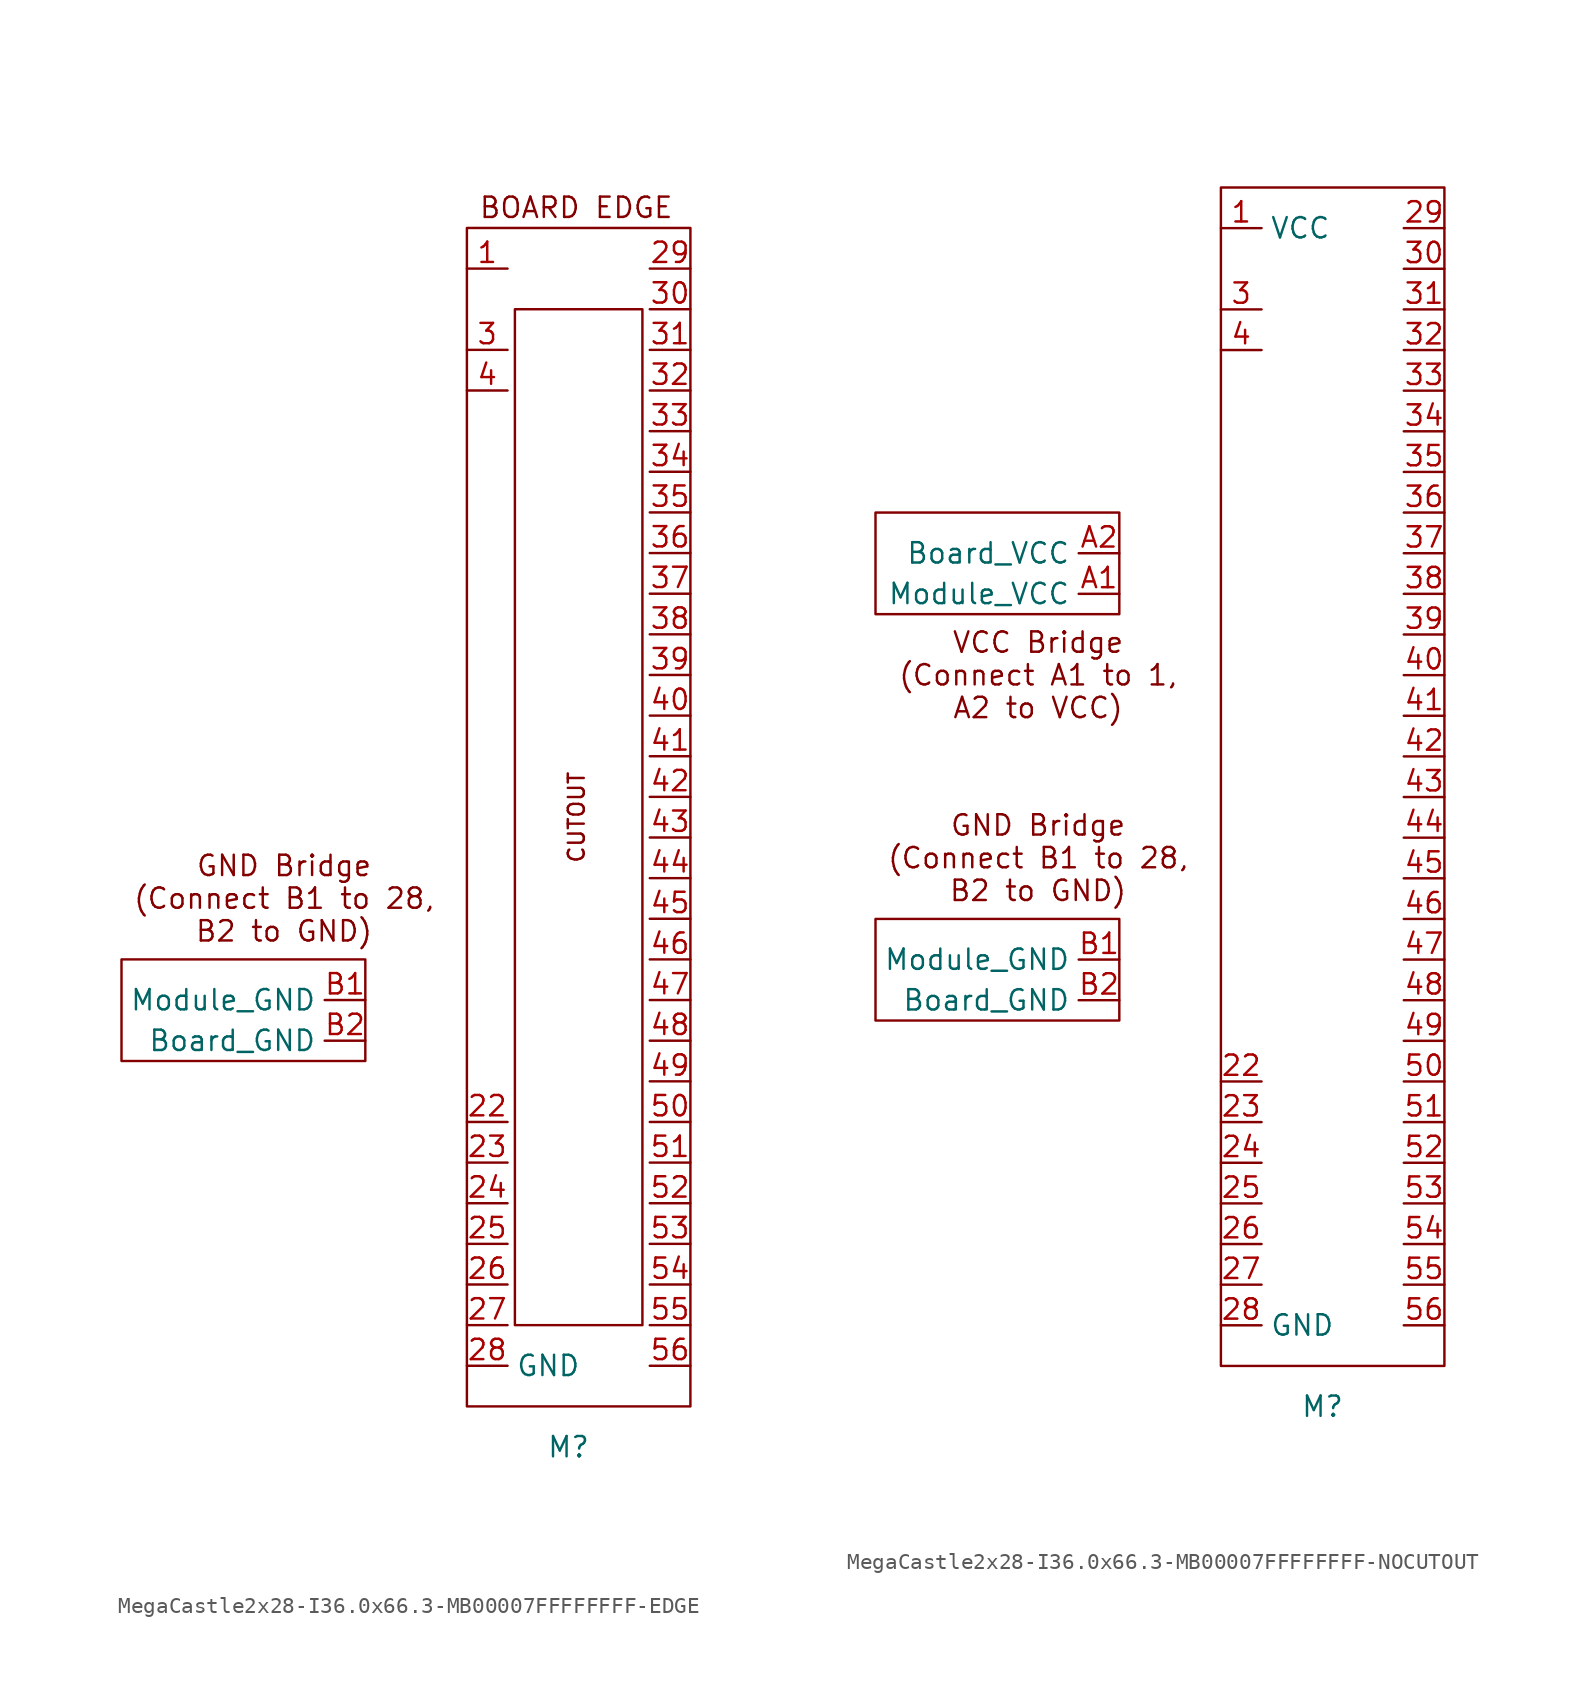
<source format=kicad_sym>
(kicad_symbol_lib
  (version 20231120)
  (generator "kicad_symbol_editor")
  (generator_version "8.0")
  (symbol "MegaCastle2x28-I36.0x66.3-MB00007FFFFFFFF-EDGE"
    (property "Reference" "M"
      (at 0 -39.37 0)
      (effects (font (size 1.27 1.27))))
    (property "Value" ""
      (at 0 5.08 0)
      (effects (font (size 1.27 1.27))))
    (symbol "MegaCastle2x28-I36.0x66.3-MB00007FFFFFFFF-EDGE_0_1"
      (rectangle (start -27.94 -8.89) (end -12.7 -15.24) (stroke (width 0) (type default)) (fill (type none)))
      (rectangle (start -6.35 36.83) (end 7.62 -36.83) (stroke (width 0) (type default)) (fill (type none)))
      (rectangle (start -3.35 31.75) (end 4.62 -31.75) (stroke (width 0) (type default)) (fill (type none))))
    (symbol "MegaCastle2x28-I36.0x66.3-MB00007FFFFFFFF-EDGE_1_1"
      (text " BOARD EDGE" (at 0 38.1 0) (effects (font (size 1.27 1.27))))
      (text "CUTOUT" (at 0.5 0 900) (effects (font (size 1 1))))
      (text "GND Bridge\n(Connect B1 to 28,\nB2 to GND)" (at -17.78 -5.08 0) (effects (font (size 1.27 1.27))))
      (pin bidirectional line (at -6.35 34.29 0) (length 2.54) (name "" (effects (font (size 1.27 1.27)))) (number "1" (effects (font (size 1.27 1.27)))))
      (pin bidirectional line (at -6.35 -19.05 0) (length 2.54) (name "" (effects (font (size 1.27 1.27)))) (number "22" (effects (font (size 1.27 1.27)))))
      (pin bidirectional line (at -6.35 -21.59 0) (length 2.54) (name "" (effects (font (size 1.27 1.27)))) (number "23" (effects (font (size 1.27 1.27)))))
      (pin bidirectional line (at -6.35 -24.13 0) (length 2.54) (name "" (effects (font (size 1.27 1.27)))) (number "24" (effects (font (size 1.27 1.27)))))
      (pin bidirectional line (at -6.35 -26.67 0) (length 2.54) (name "" (effects (font (size 1.27 1.27)))) (number "25" (effects (font (size 1.27 1.27)))))
      (pin bidirectional line (at -6.35 -29.21 0) (length 2.54) (name "" (effects (font (size 1.27 1.27)))) (number "26" (effects (font (size 1.27 1.27)))))
      (pin bidirectional line (at -6.35 -31.75 0) (length 2.54) (name "" (effects (font (size 1.27 1.27)))) (number "27" (effects (font (size 1.27 1.27)))))
      (pin bidirectional line (at -6.35 -34.29 0) (length 2.54) (name "GND" (effects (font (size 1.27 1.27)))) (number "28" (effects (font (size 1.27 1.27)))))
      (pin bidirectional line (at 7.62 34.29 180) (length 2.54) (name "" (effects (font (size 1.27 1.27)))) (number "29" (effects (font (size 1.27 1.27)))))
      (pin bidirectional line (at -6.35 29.21 0) (length 2.54) (name "" (effects (font (size 1.27 1.27)))) (number "3" (effects (font (size 1.27 1.27)))))
      (pin bidirectional line (at 7.62 31.75 180) (length 2.54) (name "" (effects (font (size 1.27 1.27)))) (number "30" (effects (font (size 1.27 1.27)))))
      (pin bidirectional line (at 7.62 29.21 180) (length 2.54) (name "" (effects (font (size 1.27 1.27)))) (number "31" (effects (font (size 1.27 1.27)))))
      (pin bidirectional line (at 7.62 26.67 180) (length 2.54) (name "" (effects (font (size 1.27 1.27)))) (number "32" (effects (font (size 1.27 1.27)))))
      (pin bidirectional line (at 7.62 24.13 180) (length 2.54) (name "" (effects (font (size 1.27 1.27)))) (number "33" (effects (font (size 1.27 1.27)))))
      (pin bidirectional line (at 7.62 21.59 180) (length 2.54) (name "" (effects (font (size 1.27 1.27)))) (number "34" (effects (font (size 1.27 1.27)))))
      (pin bidirectional line (at 7.62 19.05 180) (length 2.54) (name "" (effects (font (size 1.27 1.27)))) (number "35" (effects (font (size 1.27 1.27)))))
      (pin bidirectional line (at 7.62 16.51 180) (length 2.54) (name "" (effects (font (size 1.27 1.27)))) (number "36" (effects (font (size 1.27 1.27)))))
      (pin bidirectional line (at 7.62 13.97 180) (length 2.54) (name "" (effects (font (size 1.27 1.27)))) (number "37" (effects (font (size 1.27 1.27)))))
      (pin bidirectional line (at 7.62 11.43 180) (length 2.54) (name "" (effects (font (size 1.27 1.27)))) (number "38" (effects (font (size 1.27 1.27)))))
      (pin bidirectional line (at 7.62 8.89 180) (length 2.54) (name "" (effects (font (size 1.27 1.27)))) (number "39" (effects (font (size 1.27 1.27)))))
      (pin bidirectional line (at -6.35 26.67 0) (length 2.54) (name "" (effects (font (size 1.27 1.27)))) (number "4" (effects (font (size 1.27 1.27)))))
      (pin bidirectional line (at 7.62 6.35 180) (length 2.54) (name "" (effects (font (size 1.27 1.27)))) (number "40" (effects (font (size 1.27 1.27)))))
      (pin bidirectional line (at 7.62 3.81 180) (length 2.54) (name "" (effects (font (size 1.27 1.27)))) (number "41" (effects (font (size 1.27 1.27)))))
      (pin bidirectional line (at 7.62 1.27 180) (length 2.54) (name "" (effects (font (size 1.27 1.27)))) (number "42" (effects (font (size 1.27 1.27)))))
      (pin bidirectional line (at 7.62 -1.27 180) (length 2.54) (name "" (effects (font (size 1.27 1.27)))) (number "43" (effects (font (size 1.27 1.27)))))
      (pin bidirectional line (at 7.62 -3.81 180) (length 2.54) (name "" (effects (font (size 1.27 1.27)))) (number "44" (effects (font (size 1.27 1.27)))))
      (pin bidirectional line (at 7.62 -6.35 180) (length 2.54) (name "" (effects (font (size 1.27 1.27)))) (number "45" (effects (font (size 1.27 1.27)))))
      (pin bidirectional line (at 7.62 -8.89 180) (length 2.54) (name "" (effects (font (size 1.27 1.27)))) (number "46" (effects (font (size 1.27 1.27)))))
      (pin bidirectional line (at 7.62 -11.43 180) (length 2.54) (name "" (effects (font (size 1.27 1.27)))) (number "47" (effects (font (size 1.27 1.27)))))
      (pin bidirectional line (at 7.62 -13.97 180) (length 2.54) (name "" (effects (font (size 1.27 1.27)))) (number "48" (effects (font (size 1.27 1.27)))))
      (pin bidirectional line (at 7.62 -16.51 180) (length 2.54) (name "" (effects (font (size 1.27 1.27)))) (number "49" (effects (font (size 1.27 1.27)))))
      (pin bidirectional line (at 7.62 -19.05 180) (length 2.54) (name "" (effects (font (size 1.27 1.27)))) (number "50" (effects (font (size 1.27 1.27)))))
      (pin bidirectional line (at 7.62 -21.59 180) (length 2.54) (name "" (effects (font (size 1.27 1.27)))) (number "51" (effects (font (size 1.27 1.27)))))
      (pin bidirectional line (at 7.62 -24.13 180) (length 2.54) (name "" (effects (font (size 1.27 1.27)))) (number "52" (effects (font (size 1.27 1.27)))))
      (pin bidirectional line (at 7.62 -26.67 180) (length 2.54) (name "" (effects (font (size 1.27 1.27)))) (number "53" (effects (font (size 1.27 1.27)))))
      (pin bidirectional line (at 7.62 -29.21 180) (length 2.54) (name "" (effects (font (size 1.27 1.27)))) (number "54" (effects (font (size 1.27 1.27)))))
      (pin bidirectional line (at 7.62 -31.75 180) (length 2.54) (name "" (effects (font (size 1.27 1.27)))) (number "55" (effects (font (size 1.27 1.27)))))
      (pin bidirectional line (at 7.62 -34.29 180) (length 2.54) (name "" (effects (font (size 1.27 1.27)))) (number "56" (effects (font (size 1.27 1.27)))))
      (pin bidirectional line (at -12.7 -11.43 180) (length 2.54) (name "Module_GND" (effects (font (size 1.27 1.27)))) (number "B1" (effects (font (size 1.27 1.27)))))
      (pin bidirectional line (at -12.7 -13.97 180) (length 2.54) (name "Board_GND" (effects (font (size 1.27 1.27)))) (number "B2" (effects (font (size 1.27 1.27)))))))
  (symbol "MegaCastle2x28-I36.0x66.3-MB00007FFFFFFFF-NOCUTOUT"
    (property "Reference" "M"
      (at 0 -39.37 0)
      (effects (font (size 1.27 1.27))))
    (property "Value" ""
      (at 0 5.08 0)
      (effects (font (size 1.27 1.27))))
    (symbol "MegaCastle2x28-I36.0x66.3-MB00007FFFFFFFF-NOCUTOUT_0_1"
      (rectangle (start -27.94 -8.89) (end -12.7 -15.24) (stroke (width 0) (type default)) (fill (type none)))
      (rectangle (start -27.94 16.51) (end -12.7 10.16) (stroke (width 0) (type default)) (fill (type none)))
      (rectangle (start -6.35 36.83) (end 7.62 -36.83) (stroke (width 0) (type default)) (fill (type none))))
    (symbol "MegaCastle2x28-I36.0x66.3-MB00007FFFFFFFF-NOCUTOUT_1_1"
      (text "GND Bridge\n(Connect B1 to 28,\nB2 to GND)" (at -17.78 -5.08 0) (effects (font (size 1.27 1.27))))
      (text "VCC Bridge\n(Connect A1 to 1,\nA2 to VCC)" (at -17.78 6.35 0) (effects (font (size 1.27 1.27))))
      (pin bidirectional line (at -6.35 34.29 0) (length 2.54) (name "VCC" (effects (font (size 1.27 1.27)))) (number "1" (effects (font (size 1.27 1.27)))))
      (pin bidirectional line (at -6.35 -19.05 0) (length 2.54) (name "" (effects (font (size 1.27 1.27)))) (number "22" (effects (font (size 1.27 1.27)))))
      (pin bidirectional line (at -6.35 -21.59 0) (length 2.54) (name "" (effects (font (size 1.27 1.27)))) (number "23" (effects (font (size 1.27 1.27)))))
      (pin bidirectional line (at -6.35 -24.13 0) (length 2.54) (name "" (effects (font (size 1.27 1.27)))) (number "24" (effects (font (size 1.27 1.27)))))
      (pin bidirectional line (at -6.35 -26.67 0) (length 2.54) (name "" (effects (font (size 1.27 1.27)))) (number "25" (effects (font (size 1.27 1.27)))))
      (pin bidirectional line (at -6.35 -29.21 0) (length 2.54) (name "" (effects (font (size 1.27 1.27)))) (number "26" (effects (font (size 1.27 1.27)))))
      (pin bidirectional line (at -6.35 -31.75 0) (length 2.54) (name "" (effects (font (size 1.27 1.27)))) (number "27" (effects (font (size 1.27 1.27)))))
      (pin bidirectional line (at -6.35 -34.29 0) (length 2.54) (name "GND" (effects (font (size 1.27 1.27)))) (number "28" (effects (font (size 1.27 1.27)))))
      (pin bidirectional line (at 7.62 34.29 180) (length 2.54) (name "" (effects (font (size 1.27 1.27)))) (number "29" (effects (font (size 1.27 1.27)))))
      (pin bidirectional line (at -6.35 29.21 0) (length 2.54) (name "" (effects (font (size 1.27 1.27)))) (number "3" (effects (font (size 1.27 1.27)))))
      (pin bidirectional line (at 7.62 31.75 180) (length 2.54) (name "" (effects (font (size 1.27 1.27)))) (number "30" (effects (font (size 1.27 1.27)))))
      (pin bidirectional line (at 7.62 29.21 180) (length 2.54) (name "" (effects (font (size 1.27 1.27)))) (number "31" (effects (font (size 1.27 1.27)))))
      (pin bidirectional line (at 7.62 26.67 180) (length 2.54) (name "" (effects (font (size 1.27 1.27)))) (number "32" (effects (font (size 1.27 1.27)))))
      (pin bidirectional line (at 7.62 24.13 180) (length 2.54) (name "" (effects (font (size 1.27 1.27)))) (number "33" (effects (font (size 1.27 1.27)))))
      (pin bidirectional line (at 7.62 21.59 180) (length 2.54) (name "" (effects (font (size 1.27 1.27)))) (number "34" (effects (font (size 1.27 1.27)))))
      (pin bidirectional line (at 7.62 19.05 180) (length 2.54) (name "" (effects (font (size 1.27 1.27)))) (number "35" (effects (font (size 1.27 1.27)))))
      (pin bidirectional line (at 7.62 16.51 180) (length 2.54) (name "" (effects (font (size 1.27 1.27)))) (number "36" (effects (font (size 1.27 1.27)))))
      (pin bidirectional line (at 7.62 13.97 180) (length 2.54) (name "" (effects (font (size 1.27 1.27)))) (number "37" (effects (font (size 1.27 1.27)))))
      (pin bidirectional line (at 7.62 11.43 180) (length 2.54) (name "" (effects (font (size 1.27 1.27)))) (number "38" (effects (font (size 1.27 1.27)))))
      (pin bidirectional line (at 7.62 8.89 180) (length 2.54) (name "" (effects (font (size 1.27 1.27)))) (number "39" (effects (font (size 1.27 1.27)))))
      (pin bidirectional line (at -6.35 26.67 0) (length 2.54) (name "" (effects (font (size 1.27 1.27)))) (number "4" (effects (font (size 1.27 1.27)))))
      (pin bidirectional line (at 7.62 6.35 180) (length 2.54) (name "" (effects (font (size 1.27 1.27)))) (number "40" (effects (font (size 1.27 1.27)))))
      (pin bidirectional line (at 7.62 3.81 180) (length 2.54) (name "" (effects (font (size 1.27 1.27)))) (number "41" (effects (font (size 1.27 1.27)))))
      (pin bidirectional line (at 7.62 1.27 180) (length 2.54) (name "" (effects (font (size 1.27 1.27)))) (number "42" (effects (font (size 1.27 1.27)))))
      (pin bidirectional line (at 7.62 -1.27 180) (length 2.54) (name "" (effects (font (size 1.27 1.27)))) (number "43" (effects (font (size 1.27 1.27)))))
      (pin bidirectional line (at 7.62 -3.81 180) (length 2.54) (name "" (effects (font (size 1.27 1.27)))) (number "44" (effects (font (size 1.27 1.27)))))
      (pin bidirectional line (at 7.62 -6.35 180) (length 2.54) (name "" (effects (font (size 1.27 1.27)))) (number "45" (effects (font (size 1.27 1.27)))))
      (pin bidirectional line (at 7.62 -8.89 180) (length 2.54) (name "" (effects (font (size 1.27 1.27)))) (number "46" (effects (font (size 1.27 1.27)))))
      (pin bidirectional line (at 7.62 -11.43 180) (length 2.54) (name "" (effects (font (size 1.27 1.27)))) (number "47" (effects (font (size 1.27 1.27)))))
      (pin bidirectional line (at 7.62 -13.97 180) (length 2.54) (name "" (effects (font (size 1.27 1.27)))) (number "48" (effects (font (size 1.27 1.27)))))
      (pin bidirectional line (at 7.62 -16.51 180) (length 2.54) (name "" (effects (font (size 1.27 1.27)))) (number "49" (effects (font (size 1.27 1.27)))))
      (pin bidirectional line (at 7.62 -19.05 180) (length 2.54) (name "" (effects (font (size 1.27 1.27)))) (number "50" (effects (font (size 1.27 1.27)))))
      (pin bidirectional line (at 7.62 -21.59 180) (length 2.54) (name "" (effects (font (size 1.27 1.27)))) (number "51" (effects (font (size 1.27 1.27)))))
      (pin bidirectional line (at 7.62 -24.13 180) (length 2.54) (name "" (effects (font (size 1.27 1.27)))) (number "52" (effects (font (size 1.27 1.27)))))
      (pin bidirectional line (at 7.62 -26.67 180) (length 2.54) (name "" (effects (font (size 1.27 1.27)))) (number "53" (effects (font (size 1.27 1.27)))))
      (pin bidirectional line (at 7.62 -29.21 180) (length 2.54) (name "" (effects (font (size 1.27 1.27)))) (number "54" (effects (font (size 1.27 1.27)))))
      (pin bidirectional line (at 7.62 -31.75 180) (length 2.54) (name "" (effects (font (size 1.27 1.27)))) (number "55" (effects (font (size 1.27 1.27)))))
      (pin bidirectional line (at 7.62 -34.29 180) (length 2.54) (name "" (effects (font (size 1.27 1.27)))) (number "56" (effects (font (size 1.27 1.27)))))
      (pin bidirectional line (at -12.7 11.43 180) (length 2.54) (name "Module_VCC" (effects (font (size 1.27 1.27)))) (number "A1" (effects (font (size 1.27 1.27)))))
      (pin bidirectional line (at -12.7 13.97 180) (length 2.54) (name "Board_VCC" (effects (font (size 1.27 1.27)))) (number "A2" (effects (font (size 1.27 1.27)))))
      (pin bidirectional line (at -12.7 -11.43 180) (length 2.54) (name "Module_GND" (effects (font (size 1.27 1.27)))) (number "B1" (effects (font (size 1.27 1.27)))))
      (pin bidirectional line (at -12.7 -13.97 180) (length 2.54) (name "Board_GND" (effects (font (size 1.27 1.27)))) (number "B2" (effects (font (size 1.27 1.27))))))))
</source>
